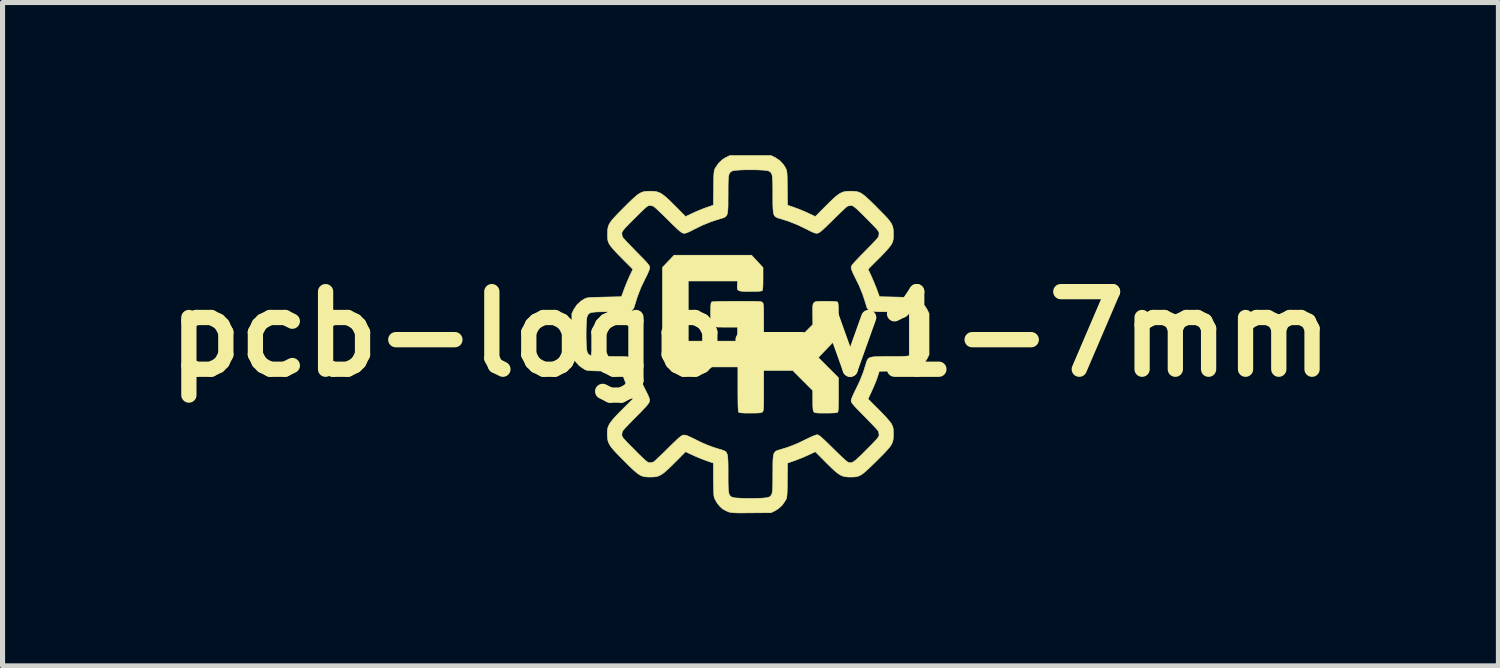
<source format=kicad_pcb>
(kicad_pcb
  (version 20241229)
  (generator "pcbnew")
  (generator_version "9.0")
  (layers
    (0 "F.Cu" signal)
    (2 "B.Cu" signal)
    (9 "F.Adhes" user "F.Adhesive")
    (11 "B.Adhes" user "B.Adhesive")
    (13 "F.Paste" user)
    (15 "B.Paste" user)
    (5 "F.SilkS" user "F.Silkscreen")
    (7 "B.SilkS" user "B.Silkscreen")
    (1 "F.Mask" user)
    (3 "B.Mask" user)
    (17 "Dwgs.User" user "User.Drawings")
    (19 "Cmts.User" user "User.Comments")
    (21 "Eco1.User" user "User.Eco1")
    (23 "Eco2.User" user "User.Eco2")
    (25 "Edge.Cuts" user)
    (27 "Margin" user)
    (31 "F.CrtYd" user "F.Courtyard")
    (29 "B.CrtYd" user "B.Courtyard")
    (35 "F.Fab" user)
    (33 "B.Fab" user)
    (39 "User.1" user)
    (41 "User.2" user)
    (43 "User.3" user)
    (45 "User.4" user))
  (footprint "pcb-logo-v1-7mm"
    (layer "F.Cu")
    (at 11.691 3.513)
    (property "Reference" "pcb-logo-v1-7mm" (at 0 0 0) (layer "F.SilkS") (effects (font (size 1.524 1.524) (thickness 0.3))))
    (attr through_hole)
    (fp_poly (pts (xy -0.74 -1.551) (xy 0.021 -1.551) (xy 0.134 -1.429) (xy 0.247 -1.306) (xy 0.247 -1.088) (xy 0.246 -0.993) (xy 0.244 -0.924) (xy 0.239 -0.878) (xy 0.232 -0.856) (xy 0.231 -0.854) (xy 0.212 -0.847) (xy 0.17 -0.842) (xy 0.104 -0.839) (xy 0.013 -0.838) (xy -0.001 -0.838) (xy -0.093 -0.838) (xy -0.16 -0.841) (xy -0.208 -0.848) (xy -0.238 -0.86) (xy -0.254 -0.88) (xy -0.26 -0.909) (xy -0.259 -0.949) (xy -0.258 -0.968) (xy -0.252 -1.043) (xy -1.222 -1.043) (xy -1.222 0.137) (xy -0.254 0.137) (xy -0.254 -0.137) (xy -0.496 -0.137) (xy -0.584 -0.138) (xy -0.648 -0.139) (xy -0.694 -0.141) (xy -0.724 -0.144) (xy -0.743 -0.15) (xy -0.756 -0.158) (xy -0.76 -0.162) (xy -0.769 -0.176) (xy -0.775 -0.198) (xy -0.779 -0.231) (xy -0.781 -0.281) (xy -0.782 -0.352) (xy -0.783 -0.4) (xy -0.782 -0.494) (xy -0.779 -0.563) (xy -0.774 -0.607) (xy -0.767 -0.628) (xy -0.766 -0.629) (xy -0.754 -0.634) (xy -0.725 -0.637) (xy -0.678 -0.64) (xy -0.612 -0.643) (xy -0.523 -0.644) (xy -0.411 -0.645) (xy -0.274 -0.645) (xy -0.267 -0.645) (xy -0.139 -0.645) (xy -0.035 -0.645) (xy 0.047 -0.644) (xy 0.109 -0.643) (xy 0.156 -0.641) (xy 0.189 -0.638) (xy 0.211 -0.635) (xy 0.225 -0.63) (xy 0.234 -0.624) (xy 0.238 -0.62) (xy 0.245 -0.61) (xy 0.25 -0.595) (xy 0.254 -0.571) (xy 0.257 -0.535) (xy 0.259 -0.484) (xy 0.26 -0.416) (xy 0.261 -0.326) (xy 0.261 -0.213) (xy 0.261 -0.195) (xy 0.261 0.206) (xy 0.831 0.206) (xy 1.028 0.009) (xy 1.225 -0.188) (xy 1.223 -0.391) (xy 1.222 -0.479) (xy 1.223 -0.544) (xy 1.23 -0.59) (xy 1.247 -0.619) (xy 1.277 -0.636) (xy 1.323 -0.643) (xy 1.39 -0.645) (xy 1.48 -0.645) (xy 1.482 -0.645) (xy 1.577 -0.644) (xy 1.646 -0.642) (xy 1.69 -0.637) (xy 1.712 -0.63) (xy 1.713 -0.629) (xy 1.719 -0.614) (xy 1.723 -0.581) (xy 1.727 -0.529) (xy 1.728 -0.454) (xy 1.729 -0.355) (xy 1.729 -0.282) (xy 1.729 0.048) (xy 1.531 0.254) (xy 1.333 0.46) (xy 1.531 0.659) (xy 1.73 0.858) (xy 1.73 1.188) (xy 1.729 1.303) (xy 1.728 1.393) (xy 1.726 1.459) (xy 1.722 1.503) (xy 1.717 1.529) (xy 1.713 1.535) (xy 1.694 1.542) (xy 1.653 1.547) (xy 1.587 1.55) (xy 1.495 1.551) (xy 1.482 1.551) (xy 1.399 1.551) (xy 1.339 1.55) (xy 1.298 1.547) (xy 1.272 1.542) (xy 1.255 1.536) (xy 1.246 1.527) (xy 1.237 1.513) (xy 1.23 1.489) (xy 1.227 1.451) (xy 1.224 1.396) (xy 1.224 1.318) (xy 1.224 1.305) (xy 1.223 1.107) (xy 1.027 0.911) (xy 0.831 0.714) (xy 0.261 0.714) (xy 0.261 1.11) (xy 0.261 1.225) (xy 0.26 1.316) (xy 0.259 1.386) (xy 0.258 1.437) (xy 0.255 1.474) (xy 0.251 1.499) (xy 0.246 1.514) (xy 0.24 1.524) (xy 0.236 1.529) (xy 0.222 1.538) (xy 0.2 1.544) (xy 0.167 1.548) (xy 0.117 1.55) (xy 0.046 1.551) (xy -0.002 1.551) (xy -0.096 1.551) (xy -0.165 1.548) (xy -0.209 1.543) (xy -0.23 1.536) (xy -0.231 1.535) (xy -0.236 1.522) (xy -0.24 1.492) (xy -0.243 1.444) (xy -0.245 1.375) (xy -0.246 1.284) (xy -0.247 1.169) (xy -0.247 1.082) (xy -0.247 0.645) (xy -1.504 0.645) (xy -1.617 0.532) (xy -1.73 0.418) (xy -1.729 -0.447) (xy -1.729 -1.311) (xy -1.5 -1.551) (xy -0.74 -1.551)) (stroke (width 0.01) (type solid)) (fill yes) (layer "F.SilkS"))
    (fp_poly (pts (xy 0.483 -3.47) (xy 0.573 -3.411) (xy 0.648 -3.33) (xy 0.689 -3.265) (xy 0.699 -3.245) (xy 0.707 -3.225) (xy 0.713 -3.201) (xy 0.717 -3.168) (xy 0.72 -3.124) (xy 0.722 -3.064) (xy 0.723 -2.985) (xy 0.725 -2.882) (xy 0.725 -2.869) (xy 0.729 -2.533) (xy 0.862 -2.487) (xy 0.936 -2.46) (xy 1.02 -2.426) (xy 1.101 -2.391) (xy 1.135 -2.375) (xy 1.274 -2.31) (xy 1.485 -2.522) (xy 1.569 -2.605) (xy 1.639 -2.671) (xy 1.697 -2.721) (xy 1.748 -2.757) (xy 1.794 -2.782) (xy 1.84 -2.797) (xy 1.89 -2.805) (xy 1.946 -2.807) (xy 1.97 -2.807) (xy 2.025 -2.806) (xy 2.071 -2.802) (xy 2.113 -2.793) (xy 2.155 -2.777) (xy 2.198 -2.751) (xy 2.246 -2.715) (xy 2.302 -2.665) (xy 2.371 -2.6) (xy 2.454 -2.519) (xy 2.486 -2.486) (xy 2.574 -2.397) (xy 2.645 -2.325) (xy 2.699 -2.265) (xy 2.74 -2.214) (xy 2.769 -2.17) (xy 2.789 -2.128) (xy 2.8 -2.087) (xy 2.806 -2.041) (xy 2.808 -1.989) (xy 2.808 -1.963) (xy 2.807 -1.899) (xy 2.803 -1.854) (xy 2.795 -1.819) (xy 2.781 -1.786) (xy 2.769 -1.763) (xy 2.745 -1.729) (xy 2.704 -1.679) (xy 2.649 -1.617) (xy 2.582 -1.546) (xy 2.52 -1.484) (xy 2.31 -1.274) (xy 2.372 -1.143) (xy 2.405 -1.068) (xy 2.441 -0.982) (xy 2.474 -0.9) (xy 2.484 -0.873) (xy 2.534 -0.735) (xy 2.87 -0.728) (xy 2.975 -0.725) (xy 3.057 -0.723) (xy 3.119 -0.721) (xy 3.165 -0.717) (xy 3.199 -0.713) (xy 3.224 -0.707) (xy 3.244 -0.699) (xy 3.264 -0.69) (xy 3.265 -0.689) (xy 3.358 -0.625) (xy 3.432 -0.545) (xy 3.47 -0.483) (xy 3.508 -0.405) (xy 3.508 0.405) (xy 3.47 0.483) (xy 3.411 0.573) (xy 3.33 0.648) (xy 3.265 0.689) (xy 3.245 0.699) (xy 3.225 0.707) (xy 3.201 0.713) (xy 3.168 0.717) (xy 3.124 0.72) (xy 3.065 0.722) (xy 2.985 0.723) (xy 2.883 0.725) (xy 2.869 0.725) (xy 2.531 0.729) (xy 2.495 0.842) (xy 2.474 0.901) (xy 2.445 0.974) (xy 2.412 1.052) (xy 2.384 1.114) (xy 2.31 1.274) (xy 2.52 1.484) (xy 2.595 1.559) (xy 2.66 1.629) (xy 2.713 1.689) (xy 2.751 1.736) (xy 2.769 1.763) (xy 2.788 1.799) (xy 2.799 1.832) (xy 2.805 1.87) (xy 2.807 1.921) (xy 2.808 1.963) (xy 2.807 2.018) (xy 2.803 2.066) (xy 2.795 2.108) (xy 2.779 2.148) (xy 2.755 2.191) (xy 2.72 2.237) (xy 2.672 2.292) (xy 2.61 2.358) (xy 2.53 2.438) (xy 2.481 2.487) (xy 2.392 2.574) (xy 2.319 2.644) (xy 2.259 2.699) (xy 2.209 2.74) (xy 2.165 2.769) (xy 2.125 2.788) (xy 2.085 2.8) (xy 2.043 2.805) (xy 1.994 2.807) (xy 1.97 2.807) (xy 1.91 2.806) (xy 1.859 2.801) (xy 1.812 2.788) (xy 1.766 2.768) (xy 1.717 2.736) (xy 1.662 2.692) (xy 1.597 2.632) (xy 1.519 2.556) (xy 1.485 2.522) (xy 1.274 2.31) (xy 1.135 2.375) (xy 1.059 2.409) (xy 0.975 2.444) (xy 0.895 2.475) (xy 0.862 2.487) (xy 0.729 2.533) (xy 0.725 2.869) (xy 0.724 2.975) (xy 0.722 3.056) (xy 0.72 3.118) (xy 0.717 3.164) (xy 0.713 3.198) (xy 0.708 3.223) (xy 0.7 3.243) (xy 0.691 3.263) (xy 0.689 3.265) (xy 0.624 3.36) (xy 0.541 3.434) (xy 0.485 3.468) (xy 0.405 3.508) (xy 0.021 3.511) (xy -0.095 3.512) (xy -0.186 3.512) (xy -0.257 3.512) (xy -0.311 3.51) (xy -0.353 3.507) (xy -0.385 3.503) (xy -0.411 3.497) (xy -0.435 3.49) (xy -0.437 3.489) (xy -0.489 3.466) (xy -0.54 3.437) (xy -0.56 3.423) (xy -0.611 3.373) (xy -0.659 3.311) (xy -0.696 3.246) (xy -0.713 3.201) (xy -0.718 3.173) (xy -0.721 3.122) (xy -0.724 3.053) (xy -0.726 2.971) (xy -0.727 2.881) (xy -0.728 2.842) (xy -0.728 2.533) (xy -0.86 2.488) (xy -0.932 2.461) (xy -1.016 2.428) (xy -1.097 2.393) (xy -1.133 2.376) (xy -1.274 2.31) (xy -1.485 2.522) (xy -1.569 2.605) (xy -1.639 2.671) (xy -1.697 2.721) (xy -1.748 2.757) (xy -1.794 2.782) (xy -1.84 2.797) (xy -1.89 2.805) (xy -1.946 2.807) (xy -1.97 2.807) (xy -2.025 2.806) (xy -2.072 2.802) (xy -2.114 2.793) (xy -2.155 2.777) (xy -2.198 2.751) (xy -2.246 2.715) (xy -2.303 2.665) (xy -2.371 2.601) (xy -2.453 2.519) (xy -2.486 2.486) (xy -2.574 2.397) (xy -2.644 2.325) (xy -2.699 2.264) (xy -2.74 2.213) (xy -2.769 2.168) (xy -2.789 2.126) (xy -2.802 2.084) (xy -2.808 2.039) (xy -2.812 1.987) (xy -2.812 1.98) (xy -2.813 1.921) (xy -2.808 1.869) (xy -2.796 1.821) (xy -2.773 1.772) (xy -2.739 1.721) (xy -2.691 1.662) (xy -2.628 1.592) (xy -2.546 1.509) (xy -2.522 1.485) (xy -2.31 1.273) (xy -2.375 1.137) (xy -2.409 1.062) (xy -2.445 0.976) (xy -2.476 0.895) (xy -2.486 0.865) (xy -2.532 0.729) (xy -2.869 0.725) (xy -2.975 0.724) (xy -3.056 0.722) (xy -3.118 0.72) (xy -3.164 0.717) (xy -3.197 0.713) (xy -3.223 0.708) (xy -3.243 0.7) (xy -3.262 0.691) (xy -3.265 0.689) (xy -3.358 0.625) (xy -3.432 0.545) (xy -3.47 0.483) (xy -3.508 0.405) (xy -3.508 -0.02) (xy -3.228 -0.02) (xy -3.228 0.07) (xy -3.226 0.157) (xy -3.222 0.234) (xy -3.217 0.296) (xy -3.21 0.339) (xy -3.207 0.35) (xy -3.195 0.375) (xy -3.181 0.395) (xy -3.161 0.41) (xy -3.133 0.422) (xy -3.094 0.43) (xy -3.039 0.435) (xy -2.967 0.438) (xy -2.874 0.439) (xy -2.757 0.439) (xy -2.743 0.439) (xy -2.623 0.44) (xy -2.527 0.44) (xy -2.452 0.443) (xy -2.396 0.449) (xy -2.354 0.458) (xy -2.325 0.473) (xy -2.304 0.493) (xy -2.289 0.52) (xy -2.277 0.555) (xy -2.266 0.593) (xy -2.208 0.772) (xy -2.14 0.94) (xy -2.063 1.098) (xy -2.027 1.169) (xy -2.002 1.221) (xy -1.988 1.259) (xy -1.981 1.287) (xy -1.981 1.311) (xy -1.982 1.317) (xy -1.988 1.335) (xy -2 1.357) (xy -2.021 1.386) (xy -2.053 1.423) (xy -2.099 1.472) (xy -2.159 1.535) (xy -2.238 1.614) (xy -2.243 1.62) (xy -2.312 1.689) (xy -2.375 1.754) (xy -2.429 1.811) (xy -2.472 1.857) (xy -2.5 1.89) (xy -2.511 1.904) (xy -2.522 1.94) (xy -2.526 1.979) (xy -2.525 1.995) (xy -2.518 2.012) (xy -2.504 2.034) (xy -2.481 2.063) (xy -2.446 2.101) (xy -2.398 2.151) (xy -2.334 2.216) (xy -2.275 2.275) (xy -2.198 2.353) (xy -2.137 2.412) (xy -2.09 2.457) (xy -2.054 2.488) (xy -2.028 2.508) (xy -2.007 2.52) (xy -1.991 2.525) (xy -1.979 2.526) (xy -1.937 2.522) (xy -1.904 2.511) (xy -1.886 2.498) (xy -1.852 2.467) (xy -1.805 2.423) (xy -1.747 2.368) (xy -1.681 2.304) (xy -1.62 2.243) (xy -1.539 2.163) (xy -1.475 2.102) (xy -1.426 2.055) (xy -1.387 2.022) (xy -1.358 2.001) (xy -1.336 1.988) (xy -1.318 1.983) (xy -1.318 1.983) (xy -1.295 1.982) (xy -1.268 1.986) (xy -1.232 1.999) (xy -1.183 2.021) (xy -1.116 2.053) (xy -1.085 2.069) (xy -0.963 2.129) (xy -0.852 2.177) (xy -0.743 2.218) (xy -0.624 2.256) (xy -0.593 2.265) (xy -0.55 2.278) (xy -0.517 2.291) (xy -0.49 2.306) (xy -0.471 2.328) (xy -0.457 2.358) (xy -0.448 2.401) (xy -0.443 2.46) (xy -0.44 2.537) (xy -0.439 2.635) (xy -0.439 2.743) (xy -0.439 2.863) (xy -0.438 2.958) (xy -0.435 3.033) (xy -0.43 3.089) (xy -0.423 3.13) (xy -0.412 3.159) (xy -0.397 3.179) (xy -0.378 3.194) (xy -0.354 3.206) (xy -0.353 3.206) (xy -0.322 3.214) (xy -0.269 3.219) (xy -0.198 3.223) (xy -0.116 3.226) (xy -0.027 3.227) (xy 0.063 3.227) (xy 0.149 3.225) (xy 0.227 3.222) (xy 0.291 3.217) (xy 0.335 3.211) (xy 0.35 3.207) (xy 0.375 3.195) (xy 0.395 3.181) (xy 0.41 3.161) (xy 0.422 3.133) (xy 0.43 3.094) (xy 0.435 3.039) (xy 0.438 2.967) (xy 0.439 2.874) (xy 0.439 2.757) (xy 0.439 2.743) (xy 0.44 2.623) (xy 0.44 2.527) (xy 0.443 2.452) (xy 0.449 2.396) (xy 0.458 2.354) (xy 0.473 2.325) (xy 0.493 2.304) (xy 0.52 2.289) (xy 0.555 2.277) (xy 0.593 2.266) (xy 0.717 2.228) (xy 0.828 2.187) (xy 0.939 2.141) (xy 1.059 2.083) (xy 1.083 2.071) (xy 1.157 2.035) (xy 1.221 2.006) (xy 1.272 1.986) (xy 1.305 1.977) (xy 1.309 1.977) (xy 1.324 1.979) (xy 1.342 1.988) (xy 1.366 2.004) (xy 1.398 2.031) (xy 1.441 2.07) (xy 1.497 2.123) (xy 1.568 2.193) (xy 1.619 2.243) (xy 1.691 2.313) (xy 1.758 2.378) (xy 1.817 2.433) (xy 1.866 2.477) (xy 1.901 2.506) (xy 1.92 2.519) (xy 1.92 2.519) (xy 1.947 2.525) (xy 1.973 2.526) (xy 2 2.519) (xy 2.031 2.501) (xy 2.069 2.473) (xy 2.117 2.43) (xy 2.178 2.373) (xy 2.254 2.297) (xy 2.283 2.268) (xy 2.359 2.191) (xy 2.418 2.131) (xy 2.461 2.085) (xy 2.491 2.05) (xy 2.51 2.024) (xy 2.521 2.004) (xy 2.526 1.988) (xy 2.526 1.979) (xy 2.521 1.937) (xy 2.511 1.904) (xy 2.497 1.887) (xy 2.467 1.853) (xy 2.423 1.805) (xy 2.367 1.747) (xy 2.303 1.681) (xy 2.236 1.612) (xy 2.158 1.533) (xy 2.096 1.47) (xy 2.05 1.421) (xy 2.018 1.384) (xy 1.996 1.356) (xy 1.984 1.335) (xy 1.978 1.318) (xy 1.977 1.307) (xy 1.984 1.275) (xy 2.004 1.223) (xy 2.035 1.154) (xy 2.065 1.095) (xy 2.149 0.919) (xy 2.218 0.744) (xy 2.266 0.593) (xy 2.278 0.55) (xy 2.291 0.517) (xy 2.306 0.49) (xy 2.328 0.471) (xy 2.358 0.457) (xy 2.401 0.448) (xy 2.46 0.443) (xy 2.537 0.44) (xy 2.635 0.439) (xy 2.743 0.439) (xy 2.863 0.439) (xy 2.959 0.438) (xy 3.033 0.435) (xy 3.089 0.43) (xy 3.13 0.423) (xy 3.159 0.412) (xy 3.179 0.397) (xy 3.194 0.377) (xy 3.206 0.352) (xy 3.207 0.35) (xy 3.214 0.318) (xy 3.22 0.263) (xy 3.224 0.192) (xy 3.227 0.109) (xy 3.228 0.02) (xy 3.228 -0.07) (xy 3.226 -0.157) (xy 3.222 -0.234) (xy 3.217 -0.296) (xy 3.21 -0.339) (xy 3.207 -0.35) (xy 3.195 -0.375) (xy 3.181 -0.395) (xy 3.161 -0.41) (xy 3.133 -0.422) (xy 3.094 -0.43) (xy 3.039 -0.435) (xy 2.967 -0.438) (xy 2.874 -0.439) (xy 2.757 -0.439) (xy 2.743 -0.439) (xy 2.623 -0.44) (xy 2.527 -0.44) (xy 2.452 -0.443) (xy 2.396 -0.449) (xy 2.354 -0.458) (xy 2.325 -0.473) (xy 2.304 -0.493) (xy 2.289 -0.52) (xy 2.277 -0.555) (xy 2.266 -0.593) (xy 2.206 -0.778) (xy 2.135 -0.953) (xy 2.065 -1.095) (xy 2.026 -1.173) (xy 1.998 -1.237) (xy 1.981 -1.285) (xy 1.977 -1.307) (xy 1.979 -1.322) (xy 1.986 -1.34) (xy 2.001 -1.363) (xy 2.026 -1.393) (xy 2.062 -1.433) (xy 2.112 -1.485) (xy 2.177 -1.553) (xy 2.236 -1.612) (xy 2.306 -1.683) (xy 2.37 -1.749) (xy 2.425 -1.807) (xy 2.469 -1.854) (xy 2.498 -1.888) (xy 2.511 -1.904) (xy 2.522 -1.94) (xy 2.526 -1.979) (xy 2.525 -1.995) (xy 2.518 -2.012) (xy 2.504 -2.034) (xy 2.481 -2.063) (xy 2.446 -2.101) (xy 2.398 -2.151) (xy 2.334 -2.216) (xy 2.275 -2.275) (xy 2.198 -2.353) (xy 2.137 -2.412) (xy 2.09 -2.457) (xy 2.054 -2.488) (xy 2.028 -2.508) (xy 2.007 -2.52) (xy 1.991 -2.525) (xy 1.979 -2.526) (xy 1.937 -2.522) (xy 1.904 -2.511) (xy 1.886 -2.498) (xy 1.852 -2.467) (xy 1.805 -2.423) (xy 1.747 -2.368) (xy 1.681 -2.304) (xy 1.62 -2.243) (xy 1.539 -2.164) (xy 1.475 -2.102) (xy 1.426 -2.056) (xy 1.388 -2.023) (xy 1.359 -2.001) (xy 1.336 -1.988) (xy 1.318 -1.982) (xy 1.317 -1.982) (xy 1.294 -1.981) (xy 1.267 -1.985) (xy 1.232 -1.998) (xy 1.185 -2.019) (xy 1.119 -2.053) (xy 1.098 -2.064) (xy 0.924 -2.147) (xy 0.754 -2.215) (xy 0.593 -2.266) (xy 0.55 -2.278) (xy 0.517 -2.291) (xy 0.49 -2.306) (xy 0.471 -2.327) (xy 0.457 -2.358) (xy 0.448 -2.401) (xy 0.443 -2.46) (xy 0.44 -2.537) (xy 0.439 -2.635) (xy 0.439 -2.743) (xy 0.439 -2.863) (xy 0.438 -2.959) (xy 0.435 -3.033) (xy 0.43 -3.089) (xy 0.423 -3.13) (xy 0.412 -3.159) (xy 0.397 -3.179) (xy 0.377 -3.194) (xy 0.352 -3.206) (xy 0.35 -3.207) (xy 0.318 -3.214) (xy 0.263 -3.22) (xy 0.192 -3.224) (xy 0.109 -3.227) (xy 0.02 -3.228) (xy -0.07 -3.228) (xy -0.157 -3.226) (xy -0.234 -3.222) (xy -0.296 -3.217) (xy -0.339 -3.21) (xy -0.35 -3.207) (xy -0.375 -3.195) (xy -0.395 -3.181) (xy -0.41 -3.161) (xy -0.422 -3.133) (xy -0.43 -3.094) (xy -0.435 -3.039) (xy -0.438 -2.967) (xy -0.439 -2.874) (xy -0.439 -2.757) (xy -0.439 -2.743) (xy -0.44 -2.623) (xy -0.44 -2.527) (xy -0.443 -2.452) (xy -0.449 -2.396) (xy -0.458 -2.354) (xy -0.473 -2.325) (xy -0.493 -2.304) (xy -0.52 -2.289) (xy -0.555 -2.277) (xy -0.593 -2.266) (xy -0.772 -2.209) (xy -0.942 -2.14) (xy -1.098 -2.064) (xy -1.169 -2.027) (xy -1.221 -2.003) (xy -1.259 -1.988) (xy -1.287 -1.981) (xy -1.311 -1.981) (xy -1.317 -1.982) (xy -1.335 -1.988) (xy -1.357 -2) (xy -1.386 -2.021) (xy -1.423 -2.053) (xy -1.472 -2.099) (xy -1.535 -2.159) (xy -1.614 -2.238) (xy -1.62 -2.243) (xy -1.689 -2.312) (xy -1.754 -2.375) (xy -1.811 -2.429) (xy -1.857 -2.472) (xy -1.89 -2.5) (xy -1.904 -2.511) (xy -1.94 -2.522) (xy -1.979 -2.526) (xy -1.995 -2.525) (xy -2.012 -2.518) (xy -2.034 -2.504) (xy -2.063 -2.481) (xy -2.101 -2.446) (xy -2.151 -2.398) (xy -2.216 -2.334) (xy -2.275 -2.275) (xy -2.353 -2.198) (xy -2.412 -2.137) (xy -2.457 -2.09) (xy -2.488 -2.054) (xy -2.508 -2.028) (xy -2.52 -2.007) (xy -2.525 -1.991) (xy -2.526 -1.979) (xy -2.522 -1.937) (xy -2.511 -1.904) (xy -2.497 -1.887) (xy -2.467 -1.853) (xy -2.423 -1.805) (xy -2.367 -1.747) (xy -2.303 -1.681) (xy -2.236 -1.612) (xy -2.158 -1.533) (xy -2.096 -1.47) (xy -2.05 -1.421) (xy -2.018 -1.384) (xy -1.996 -1.356) (xy -1.984 -1.335) (xy -1.978 -1.318) (xy -1.977 -1.307) (xy -1.984 -1.275) (xy -2.004 -1.222) (xy -2.035 -1.154) (xy -2.065 -1.095) (xy -2.151 -0.917) (xy -2.219 -0.741) (xy -2.266 -0.593) (xy -2.278 -0.55) (xy -2.291 -0.517) (xy -2.306 -0.49) (xy -2.327 -0.471) (xy -2.358 -0.457) (xy -2.401 -0.448) (xy -2.46 -0.443) (xy -2.537 -0.44) (xy -2.635 -0.439) (xy -2.743 -0.439) (xy -2.863 -0.439) (xy -2.959 -0.438) (xy -3.033 -0.435) (xy -3.089 -0.43) (xy -3.13 -0.423) (xy -3.159 -0.412) (xy -3.179 -0.397) (xy -3.194 -0.377) (xy -3.206 -0.352) (xy -3.207 -0.35) (xy -3.214 -0.318) (xy -3.22 -0.263) (xy -3.224 -0.192) (xy -3.227 -0.109) (xy -3.228 -0.02) (xy -3.508 -0.02) (xy -3.508 -0.405) (xy -3.47 -0.483) (xy -3.411 -0.573) (xy -3.33 -0.648) (xy -3.265 -0.689) (xy -3.245 -0.699) (xy -3.224 -0.707) (xy -3.199 -0.713) (xy -3.166 -0.717) (xy -3.12 -0.72) (xy -3.059 -0.723) (xy -2.978 -0.725) (xy -2.873 -0.728) (xy -2.87 -0.728) (xy -2.534 -0.735) (xy -2.484 -0.873) (xy -2.454 -0.951) (xy -2.419 -1.037) (xy -2.384 -1.117) (xy -2.372 -1.143) (xy -2.31 -1.274) (xy -2.52 -1.484) (xy -2.594 -1.559) (xy -2.659 -1.629) (xy -2.713 -1.689) (xy -2.751 -1.736) (xy -2.769 -1.763) (xy -2.788 -1.799) (xy -2.799 -1.832) (xy -2.805 -1.87) (xy -2.807 -1.921) (xy -2.808 -1.963) (xy -2.807 -2.019) (xy -2.803 -2.067) (xy -2.794 -2.11) (xy -2.779 -2.152) (xy -2.754 -2.194) (xy -2.719 -2.242) (xy -2.67 -2.297) (xy -2.607 -2.364) (xy -2.527 -2.445) (xy -2.486 -2.486) (xy -2.398 -2.574) (xy -2.325 -2.644) (xy -2.264 -2.699) (xy -2.214 -2.74) (xy -2.169 -2.769) (xy -2.128 -2.788) (xy -2.086 -2.8) (xy -2.041 -2.805) (xy -1.99 -2.807) (xy -1.97 -2.807) (xy -1.91 -2.806) (xy -1.859 -2.801) (xy -1.812 -2.788) (xy -1.766 -2.768) (xy -1.717 -2.736) (xy -1.662 -2.692) (xy -1.597 -2.632) (xy -1.519 -2.556) (xy -1.485 -2.522) (xy -1.274 -2.31) (xy -1.133 -2.376) (xy -1.058 -2.41) (xy -0.974 -2.445) (xy -0.895 -2.476) (xy -0.861 -2.488) (xy -0.729 -2.533) (xy -0.725 -2.869) (xy -0.724 -2.975) (xy -0.722 -3.056) (xy -0.72 -3.118) (xy -0.717 -3.164) (xy -0.713 -3.197) (xy -0.708 -3.223) (xy -0.7 -3.243) (xy -0.691 -3.263) (xy -0.689 -3.265) (xy -0.625 -3.358) (xy -0.545 -3.432) (xy -0.483 -3.47) (xy -0.405 -3.508) (xy 0.405 -3.508) (xy 0.483 -3.47)) (stroke (width 0.01) (type solid)) (fill yes) (layer "F.SilkS")))
  (gr_rect
    (start -3 -3)
    (end 26.383 10.03)
    (stroke (width 0.1) (type default))
    (fill no)
    (layer "Edge.Cuts")))
</source>
